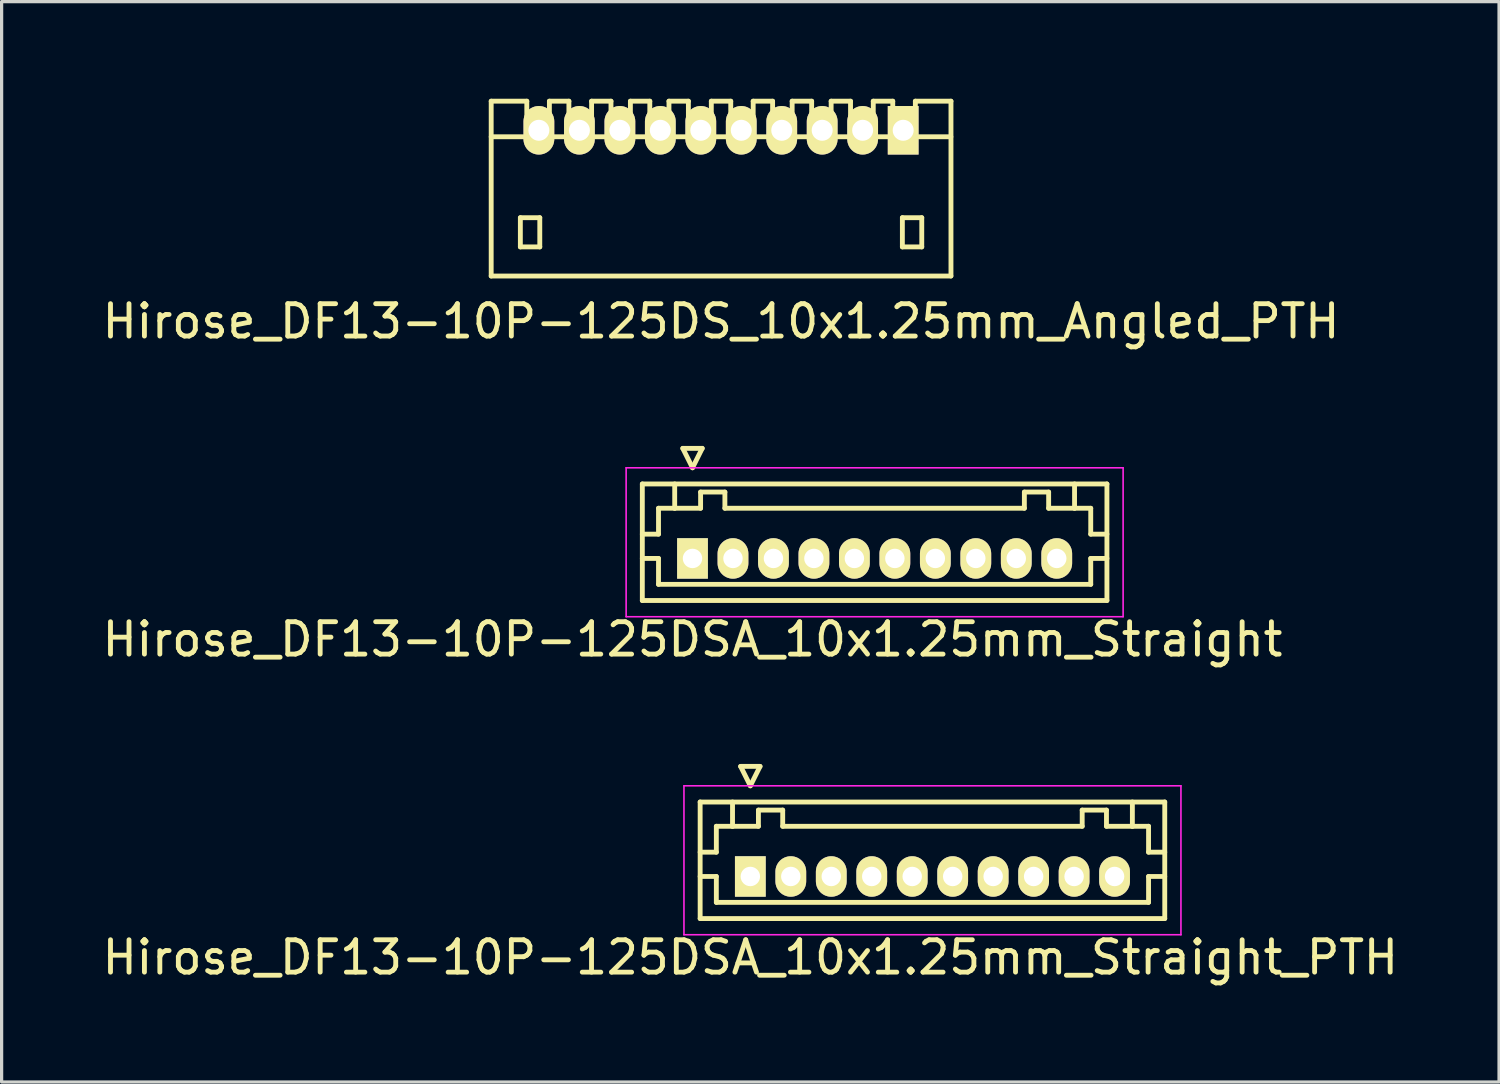
<source format=kicad_pcb>
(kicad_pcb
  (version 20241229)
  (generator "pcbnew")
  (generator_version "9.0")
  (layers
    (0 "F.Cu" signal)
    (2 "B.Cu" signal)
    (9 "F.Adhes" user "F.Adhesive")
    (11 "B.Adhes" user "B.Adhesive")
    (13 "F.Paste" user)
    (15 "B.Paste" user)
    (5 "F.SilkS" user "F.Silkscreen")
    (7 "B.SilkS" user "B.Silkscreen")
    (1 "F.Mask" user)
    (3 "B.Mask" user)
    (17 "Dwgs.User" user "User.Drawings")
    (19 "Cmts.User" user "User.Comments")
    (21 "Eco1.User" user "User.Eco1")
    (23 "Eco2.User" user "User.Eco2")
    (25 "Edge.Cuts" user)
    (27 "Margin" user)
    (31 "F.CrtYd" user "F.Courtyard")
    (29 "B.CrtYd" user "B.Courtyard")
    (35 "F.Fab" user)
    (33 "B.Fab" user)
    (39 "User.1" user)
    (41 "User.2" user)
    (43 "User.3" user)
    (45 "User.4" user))
  (footprint "Hirose_DF13-10P-125DS_10x1.25mm_Angled_PTH"
    (layer "F.Cu")
    (at 19.22 2.775)
    (property "Reference" "Hirose_DF13-10P-125DS_10x1.25mm_Angled_PTH" (at 0 4.1 0) (layer "F.SilkS") (effects (font (size 1 1) (thickness 0.15))))
    (attr through_hole)
    (fp_line (start -7.099 2.7) (end -7.099 -2.7) (stroke (width 0.15) (type solid)) (layer "F.SilkS"))
    (fp_line (start -7.099 2.7) (end 7.099 2.7) (stroke (width 0.15) (type solid)) (layer "F.SilkS"))
    (fp_line (start -6.198 0.899) (end -6.198 1.801) (stroke (width 0.15) (type solid)) (layer "F.SilkS"))
    (fp_line (start -6.198 1.801) (end -5.598 1.801) (stroke (width 0.15) (type solid)) (layer "F.SilkS"))
    (fp_line (start -5.999 -2.7) (end -7.099 -2.7) (stroke (width 0.15) (type solid)) (layer "F.SilkS"))
    (fp_line (start -5.999 -1.6) (end -5.999 -2.7) (stroke (width 0.15) (type solid)) (layer "F.SilkS"))
    (fp_line (start -5.598 0.899) (end -6.198 0.899) (stroke (width 0.15) (type solid)) (layer "F.SilkS"))
    (fp_line (start -5.598 1.801) (end -5.598 0.899) (stroke (width 0.15) (type solid)) (layer "F.SilkS"))
    (fp_line (start -5.301 -2.7) (end -5.301 -1.6) (stroke (width 0.15) (type solid)) (layer "F.SilkS"))
    (fp_line (start -4.699 -2.7) (end -5.301 -2.7) (stroke (width 0.15) (type solid)) (layer "F.SilkS"))
    (fp_line (start -4.699 -2.7) (end -4.699 -1.6) (stroke (width 0.15) (type solid)) (layer "F.SilkS"))
    (fp_line (start -3.998 -2.7) (end -3.998 -1.6) (stroke (width 0.15) (type solid)) (layer "F.SilkS"))
    (fp_line (start -3.399 -2.7) (end -3.998 -2.7) (stroke (width 0.15) (type solid)) (layer "F.SilkS"))
    (fp_line (start -3.399 -2.7) (end -3.399 -1.6) (stroke (width 0.15) (type solid)) (layer "F.SilkS"))
    (fp_line (start -2.799 -2.7) (end -2.799 -1.6) (stroke (width 0.15) (type solid)) (layer "F.SilkS"))
    (fp_line (start -2.2 -2.7) (end -2.799 -2.7) (stroke (width 0.15) (type solid)) (layer "F.SilkS"))
    (fp_line (start -2.2 -1.6) (end -2.2 -2.7) (stroke (width 0.15) (type solid)) (layer "F.SilkS"))
    (fp_line (start -1.608 -1.6) (end -1.608 -2.7) (stroke (width 0.15) (type solid)) (layer "F.SilkS"))
    (fp_line (start -1.008 -2.7) (end -1.608 -2.7) (stroke (width 0.15) (type solid)) (layer "F.SilkS"))
    (fp_line (start -1.008 -1.6) (end -1.008 -2.7) (stroke (width 0.15) (type solid)) (layer "F.SilkS"))
    (fp_line (start -0.3 -2.7) (end 0.3 -2.7) (stroke (width 0.15) (type solid)) (layer "F.SilkS"))
    (fp_line (start -0.3 -1.6) (end -0.3 -2.7) (stroke (width 0.15) (type solid)) (layer "F.SilkS"))
    (fp_line (start 0.3 -2.7) (end 0.3 -1.6) (stroke (width 0.15) (type solid)) (layer "F.SilkS"))
    (fp_line (start 0.993 -2.7) (end 1.593 -2.7) (stroke (width 0.15) (type solid)) (layer "F.SilkS"))
    (fp_line (start 0.993 -1.6) (end 0.993 -2.7) (stroke (width 0.15) (type solid)) (layer "F.SilkS"))
    (fp_line (start 1.593 -2.7) (end 1.593 -1.6) (stroke (width 0.15) (type solid)) (layer "F.SilkS"))
    (fp_line (start 2.197 -2.7) (end 2.799 -2.7) (stroke (width 0.15) (type solid)) (layer "F.SilkS"))
    (fp_line (start 2.197 -1.6) (end 2.197 -2.7) (stroke (width 0.15) (type solid)) (layer "F.SilkS"))
    (fp_line (start 2.799 -2.7) (end 2.799 -1.6) (stroke (width 0.15) (type solid)) (layer "F.SilkS"))
    (fp_line (start 3.401 -2.7) (end 4 -2.7) (stroke (width 0.15) (type solid)) (layer "F.SilkS"))
    (fp_line (start 3.401 -1.6) (end 3.401 -2.7) (stroke (width 0.15) (type solid)) (layer "F.SilkS"))
    (fp_line (start 4 -2.7) (end 4 -1.6) (stroke (width 0.15) (type solid)) (layer "F.SilkS"))
    (fp_line (start 4.702 -2.7) (end 5.304 -2.7) (stroke (width 0.15) (type solid)) (layer "F.SilkS"))
    (fp_line (start 4.702 -1.6) (end 4.702 -2.7) (stroke (width 0.15) (type solid)) (layer "F.SilkS"))
    (fp_line (start 5.304 -2.7) (end 5.304 -1.6) (stroke (width 0.15) (type solid)) (layer "F.SilkS"))
    (fp_line (start 5.601 0.899) (end 6.2 0.899) (stroke (width 0.15) (type solid)) (layer "F.SilkS"))
    (fp_line (start 5.601 1.801) (end 5.601 0.899) (stroke (width 0.15) (type solid)) (layer "F.SilkS"))
    (fp_line (start 6.002 -1.6) (end 6.002 -2.7) (stroke (width 0.15) (type solid)) (layer "F.SilkS"))
    (fp_line (start 6.2 0.899) (end 6.2 1.801) (stroke (width 0.15) (type solid)) (layer "F.SilkS"))
    (fp_line (start 6.2 1.801) (end 5.601 1.801) (stroke (width 0.15) (type solid)) (layer "F.SilkS"))
    (fp_line (start 7.099 -1.6) (end -7.099 -1.6) (stroke (width 0.15) (type solid)) (layer "F.SilkS"))
    (fp_line (start 7.102 -2.7) (end 6.002 -2.7) (stroke (width 0.15) (type solid)) (layer "F.SilkS"))
    (fp_line (start 7.102 2.7) (end 7.102 -2.7) (stroke (width 0.15) (type solid)) (layer "F.SilkS"))
    (pad "1" thru_hole rect (at 5.626 -1.801) (size 0.95 1.499) (drill 0.648) (layers "*.Cu" "*.Mask" "F.SilkS"))
    (pad "2" thru_hole oval (at 4.374 -1.801) (size 0.95 1.499) (drill 0.648) (layers "*.Cu" "*.Mask" "F.SilkS"))
    (pad "3" thru_hole oval (at 3.124 -1.801) (size 0.95 1.499) (drill 0.648) (layers "*.Cu" "*.Mask" "F.SilkS"))
    (pad "4" thru_hole oval (at 1.875 -1.801) (size 0.95 1.499) (drill 0.648) (layers "*.Cu" "*.Mask" "F.SilkS"))
    (pad "5" thru_hole oval (at 0.625 -1.801) (size 0.95 1.499) (drill 0.648) (layers "*.Cu" "*.Mask" "F.SilkS"))
    (pad "6" thru_hole oval (at -0.625 -1.801) (size 0.95 1.499) (drill 0.648) (layers "*.Cu" "*.Mask" "F.SilkS"))
    (pad "7" thru_hole oval (at -1.875 -1.801) (size 0.95 1.499) (drill 0.648) (layers "*.Cu" "*.Mask" "F.SilkS"))
    (pad "8" thru_hole oval (at -3.124 -1.801) (size 0.95 1.499) (drill 0.648) (layers "*.Cu" "*.Mask" "F.SilkS"))
    (pad "9" thru_hole oval (at -4.374 -1.801) (size 0.95 1.499) (drill 0.648) (layers "*.Cu" "*.Mask" "F.SilkS"))
    (pad "10" thru_hole oval (at -5.626 -1.801) (size 0.95 1.499) (drill 0.648) (layers "*.Cu" "*.Mask" "F.SilkS")))
  (footprint "Hirose_DF13-10P-125DSA_10x1.25mm_Straight"
    (layer "F.Cu")
    (at 18.339 14.198)
    (property "Reference" "Hirose_DF13-10P-125DSA_10x1.25mm_Straight" (at 0 2.5 0) (layer "F.SilkS") (effects (font (size 1 1) (thickness 0.15))))
    (attr through_hole)
    (fp_line (start -1.55 -2.3) (end -1.55 1.3) (stroke (width 0.15) (type solid)) (layer "F.SilkS"))
    (fp_line (start -1.55 -0.75) (end -1.05 -0.75) (stroke (width 0.15) (type solid)) (layer "F.SilkS"))
    (fp_line (start -1.55 0) (end -1.05 0) (stroke (width 0.15) (type solid)) (layer "F.SilkS"))
    (fp_line (start -1.55 1.3) (end 12.8 1.3) (stroke (width 0.15) (type solid)) (layer "F.SilkS"))
    (fp_line (start -1.05 -1.55) (end -0.55 -1.55) (stroke (width 0.15) (type solid)) (layer "F.SilkS"))
    (fp_line (start -1.05 -0.75) (end -1.05 -1.55) (stroke (width 0.15) (type solid)) (layer "F.SilkS"))
    (fp_line (start -1.05 0) (end -1.05 0.8) (stroke (width 0.15) (type solid)) (layer "F.SilkS"))
    (fp_line (start -1.05 0.8) (end 12.3 0.8) (stroke (width 0.15) (type solid)) (layer "F.SilkS"))
    (fp_line (start -0.55 -1.55) (end -0.55 -2.3) (stroke (width 0.15) (type solid)) (layer "F.SilkS"))
    (fp_line (start -0.55 -1.55) (end 0.25 -1.55) (stroke (width 0.15) (type solid)) (layer "F.SilkS"))
    (fp_line (start -0.3 -3.4) (end 0.3 -3.4) (stroke (width 0.15) (type solid)) (layer "F.SilkS"))
    (fp_line (start 0 -2.8) (end -0.3 -3.4) (stroke (width 0.15) (type solid)) (layer "F.SilkS"))
    (fp_line (start 0.25 -2.05) (end 1 -2.05) (stroke (width 0.15) (type solid)) (layer "F.SilkS"))
    (fp_line (start 0.25 -1.55) (end 0.25 -2.05) (stroke (width 0.15) (type solid)) (layer "F.SilkS"))
    (fp_line (start 0.3 -3.4) (end 0 -2.8) (stroke (width 0.15) (type solid)) (layer "F.SilkS"))
    (fp_line (start 1 -2.05) (end 1 -1.55) (stroke (width 0.15) (type solid)) (layer "F.SilkS"))
    (fp_line (start 1 -1.55) (end 10.25 -1.55) (stroke (width 0.15) (type solid)) (layer "F.SilkS"))
    (fp_line (start 10.25 -2.05) (end 11 -2.05) (stroke (width 0.15) (type solid)) (layer "F.SilkS"))
    (fp_line (start 10.25 -1.55) (end 10.25 -2.05) (stroke (width 0.15) (type solid)) (layer "F.SilkS"))
    (fp_line (start 11 -2.05) (end 11 -1.55) (stroke (width 0.15) (type solid)) (layer "F.SilkS"))
    (fp_line (start 11 -1.55) (end 11.8 -1.55) (stroke (width 0.15) (type solid)) (layer "F.SilkS"))
    (fp_line (start 11.8 -1.55) (end 11.8 -2.3) (stroke (width 0.15) (type solid)) (layer "F.SilkS"))
    (fp_line (start 12.3 -1.55) (end 11.8 -1.55) (stroke (width 0.15) (type solid)) (layer "F.SilkS"))
    (fp_line (start 12.3 -0.75) (end 12.3 -1.55) (stroke (width 0.15) (type solid)) (layer "F.SilkS"))
    (fp_line (start 12.3 0) (end 12.8 0) (stroke (width 0.15) (type solid)) (layer "F.SilkS"))
    (fp_line (start 12.3 0.8) (end 12.3 0) (stroke (width 0.15) (type solid)) (layer "F.SilkS"))
    (fp_line (start 12.8 -2.3) (end -1.55 -2.3) (stroke (width 0.15) (type solid)) (layer "F.SilkS"))
    (fp_line (start 12.8 -0.75) (end 12.3 -0.75) (stroke (width 0.15) (type solid)) (layer "F.SilkS"))
    (fp_line (start 12.8 1.3) (end 12.8 -2.3) (stroke (width 0.15) (type solid)) (layer "F.SilkS"))
    (fp_line (start -2.05 -2.8) (end -2.05 1.8) (stroke (width 0.05) (type solid)) (layer "F.CrtYd"))
    (fp_line (start -2.05 1.8) (end 13.3 1.8) (stroke (width 0.05) (type solid)) (layer "F.CrtYd"))
    (fp_line (start 13.3 -2.8) (end -2.05 -2.8) (stroke (width 0.05) (type solid)) (layer "F.CrtYd"))
    (fp_line (start 13.3 1.8) (end 13.3 -2.8) (stroke (width 0.05) (type solid)) (layer "F.CrtYd"))
    (pad "1" thru_hole rect (at 0 0) (size 0.95 1.25) (drill 0.6) (layers "*.Cu" "*.Mask" "F.SilkS"))
    (pad "2" thru_hole oval (at 1.25 0) (size 0.95 1.25) (drill 0.6) (layers "*.Cu" "*.Mask" "F.SilkS"))
    (pad "3" thru_hole oval (at 2.5 0) (size 0.95 1.25) (drill 0.6) (layers "*.Cu" "*.Mask" "F.SilkS"))
    (pad "4" thru_hole oval (at 3.75 0) (size 0.95 1.25) (drill 0.6) (layers "*.Cu" "*.Mask" "F.SilkS"))
    (pad "5" thru_hole oval (at 5 0) (size 0.95 1.25) (drill 0.6) (layers "*.Cu" "*.Mask" "F.SilkS"))
    (pad "6" thru_hole oval (at 6.25 0) (size 0.95 1.25) (drill 0.6) (layers "*.Cu" "*.Mask" "F.SilkS"))
    (pad "7" thru_hole oval (at 7.5 0) (size 0.95 1.25) (drill 0.6) (layers "*.Cu" "*.Mask" "F.SilkS"))
    (pad "8" thru_hole oval (at 8.75 0) (size 0.95 1.25) (drill 0.6) (layers "*.Cu" "*.Mask" "F.SilkS"))
    (pad "9" thru_hole oval (at 10 0) (size 0.95 1.25) (drill 0.6) (layers "*.Cu" "*.Mask" "F.SilkS"))
    (pad "10" thru_hole oval (at 11.25 0) (size 0.95 1.25) (drill 0.6) (layers "*.Cu" "*.Mask" "F.SilkS")))
  (footprint "Hirose_DF13-10P-125DSA_10x1.25mm_Straight_PTH"
    (layer "F.Cu")
    (at 20.125 24.021)
    (property "Reference" "Hirose_DF13-10P-125DSA_10x1.25mm_Straight_PTH" (at 0 2.5 0) (layer "F.SilkS") (effects (font (size 1 1) (thickness 0.15))))
    (attr through_hole)
    (fp_line (start -1.55 -2.3) (end -1.55 1.3) (stroke (width 0.15) (type solid)) (layer "F.SilkS"))
    (fp_line (start -1.55 -0.75) (end -1.05 -0.75) (stroke (width 0.15) (type solid)) (layer "F.SilkS"))
    (fp_line (start -1.55 0) (end -1.05 0) (stroke (width 0.15) (type solid)) (layer "F.SilkS"))
    (fp_line (start -1.55 1.3) (end 12.8 1.3) (stroke (width 0.15) (type solid)) (layer "F.SilkS"))
    (fp_line (start -1.05 -1.55) (end -0.55 -1.55) (stroke (width 0.15) (type solid)) (layer "F.SilkS"))
    (fp_line (start -1.05 -0.75) (end -1.05 -1.55) (stroke (width 0.15) (type solid)) (layer "F.SilkS"))
    (fp_line (start -1.05 0) (end -1.05 0.8) (stroke (width 0.15) (type solid)) (layer "F.SilkS"))
    (fp_line (start -1.05 0.8) (end 12.3 0.8) (stroke (width 0.15) (type solid)) (layer "F.SilkS"))
    (fp_line (start -0.55 -1.55) (end -0.55 -2.3) (stroke (width 0.15) (type solid)) (layer "F.SilkS"))
    (fp_line (start -0.55 -1.55) (end 0.25 -1.55) (stroke (width 0.15) (type solid)) (layer "F.SilkS"))
    (fp_line (start -0.3 -3.4) (end 0.3 -3.4) (stroke (width 0.15) (type solid)) (layer "F.SilkS"))
    (fp_line (start 0 -2.8) (end -0.3 -3.4) (stroke (width 0.15) (type solid)) (layer "F.SilkS"))
    (fp_line (start 0.25 -2.05) (end 1 -2.05) (stroke (width 0.15) (type solid)) (layer "F.SilkS"))
    (fp_line (start 0.25 -1.55) (end 0.25 -2.05) (stroke (width 0.15) (type solid)) (layer "F.SilkS"))
    (fp_line (start 0.3 -3.4) (end 0 -2.8) (stroke (width 0.15) (type solid)) (layer "F.SilkS"))
    (fp_line (start 1 -2.05) (end 1 -1.55) (stroke (width 0.15) (type solid)) (layer "F.SilkS"))
    (fp_line (start 1 -1.55) (end 10.25 -1.55) (stroke (width 0.15) (type solid)) (layer "F.SilkS"))
    (fp_line (start 10.25 -2.05) (end 11 -2.05) (stroke (width 0.15) (type solid)) (layer "F.SilkS"))
    (fp_line (start 10.25 -1.55) (end 10.25 -2.05) (stroke (width 0.15) (type solid)) (layer "F.SilkS"))
    (fp_line (start 11 -2.05) (end 11 -1.55) (stroke (width 0.15) (type solid)) (layer "F.SilkS"))
    (fp_line (start 11 -1.55) (end 11.8 -1.55) (stroke (width 0.15) (type solid)) (layer "F.SilkS"))
    (fp_line (start 11.8 -1.55) (end 11.8 -2.3) (stroke (width 0.15) (type solid)) (layer "F.SilkS"))
    (fp_line (start 12.3 -1.55) (end 11.8 -1.55) (stroke (width 0.15) (type solid)) (layer "F.SilkS"))
    (fp_line (start 12.3 -0.75) (end 12.3 -1.55) (stroke (width 0.15) (type solid)) (layer "F.SilkS"))
    (fp_line (start 12.3 0) (end 12.8 0) (stroke (width 0.15) (type solid)) (layer "F.SilkS"))
    (fp_line (start 12.3 0.8) (end 12.3 0) (stroke (width 0.15) (type solid)) (layer "F.SilkS"))
    (fp_line (start 12.8 -2.3) (end -1.55 -2.3) (stroke (width 0.15) (type solid)) (layer "F.SilkS"))
    (fp_line (start 12.8 -0.75) (end 12.3 -0.75) (stroke (width 0.15) (type solid)) (layer "F.SilkS"))
    (fp_line (start 12.8 1.3) (end 12.8 -2.3) (stroke (width 0.15) (type solid)) (layer "F.SilkS"))
    (fp_line (start -2.05 -2.8) (end -2.05 1.8) (stroke (width 0.05) (type solid)) (layer "F.CrtYd"))
    (fp_line (start -2.05 1.8) (end 13.3 1.8) (stroke (width 0.05) (type solid)) (layer "F.CrtYd"))
    (fp_line (start 13.3 -2.8) (end -2.05 -2.8) (stroke (width 0.05) (type solid)) (layer "F.CrtYd"))
    (fp_line (start 13.3 1.8) (end 13.3 -2.8) (stroke (width 0.05) (type solid)) (layer "F.CrtYd"))
    (pad "1" thru_hole rect (at 0 0) (size 0.95 1.25) (drill 0.6) (layers "*.Cu" "*.Mask" "F.SilkS"))
    (pad "2" thru_hole oval (at 1.25 0) (size 0.95 1.25) (drill 0.6) (layers "*.Cu" "*.Mask" "F.SilkS"))
    (pad "3" thru_hole oval (at 2.5 0) (size 0.95 1.25) (drill 0.6) (layers "*.Cu" "*.Mask" "F.SilkS"))
    (pad "4" thru_hole oval (at 3.75 0) (size 0.95 1.25) (drill 0.6) (layers "*.Cu" "*.Mask" "F.SilkS"))
    (pad "5" thru_hole oval (at 5 0) (size 0.95 1.25) (drill 0.6) (layers "*.Cu" "*.Mask" "F.SilkS"))
    (pad "6" thru_hole oval (at 6.25 0) (size 0.95 1.25) (drill 0.6) (layers "*.Cu" "*.Mask" "F.SilkS"))
    (pad "7" thru_hole oval (at 7.5 0) (size 0.95 1.25) (drill 0.6) (layers "*.Cu" "*.Mask" "F.SilkS"))
    (pad "8" thru_hole oval (at 8.75 0) (size 0.95 1.25) (drill 0.6) (layers "*.Cu" "*.Mask" "F.SilkS"))
    (pad "9" thru_hole oval (at 10 0) (size 0.95 1.25) (drill 0.6) (layers "*.Cu" "*.Mask" "F.SilkS"))
    (pad "10" thru_hole oval (at 11.25 0) (size 0.95 1.25) (drill 0.6) (layers "*.Cu" "*.Mask" "F.SilkS")))
  (gr_rect
    (start -3 -3)
    (end 43.25 30.369)
    (stroke (width 0.1) (type default))
    (fill no)
    (layer "Edge.Cuts")))
</source>
